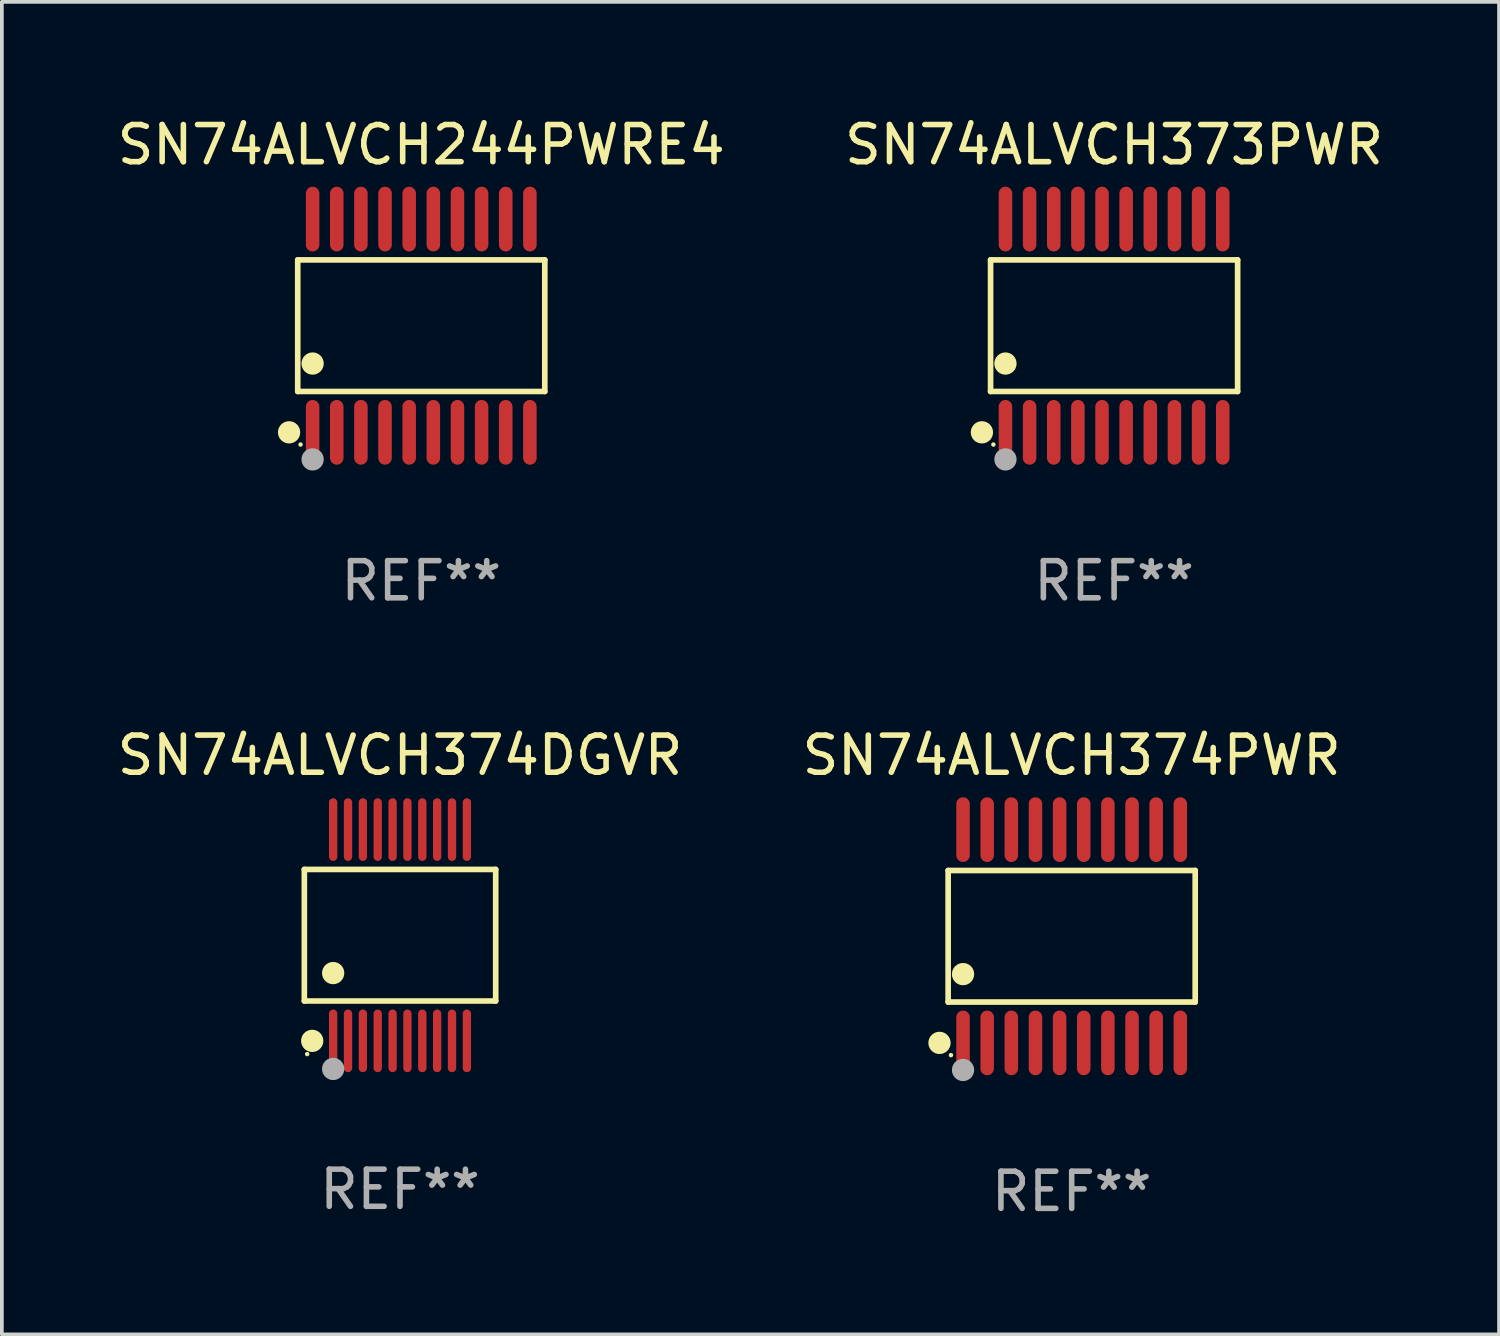
<source format=kicad_pcb>
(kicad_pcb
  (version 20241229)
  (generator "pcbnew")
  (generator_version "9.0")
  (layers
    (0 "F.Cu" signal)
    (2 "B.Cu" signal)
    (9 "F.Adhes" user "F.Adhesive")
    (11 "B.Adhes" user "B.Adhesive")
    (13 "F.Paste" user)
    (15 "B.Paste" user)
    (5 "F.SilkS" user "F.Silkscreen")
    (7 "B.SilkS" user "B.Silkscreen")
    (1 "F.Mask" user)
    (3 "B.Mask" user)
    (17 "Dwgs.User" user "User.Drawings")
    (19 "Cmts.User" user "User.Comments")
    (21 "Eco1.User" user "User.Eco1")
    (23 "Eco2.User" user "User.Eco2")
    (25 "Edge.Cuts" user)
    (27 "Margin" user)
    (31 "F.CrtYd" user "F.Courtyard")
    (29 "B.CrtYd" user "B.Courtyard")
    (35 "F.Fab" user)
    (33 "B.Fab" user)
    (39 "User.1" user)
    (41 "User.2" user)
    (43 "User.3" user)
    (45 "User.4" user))
  (footprint "SN74ALVCH244PWRE4"
    (layer "F.Cu")
    (at 8.292 5.719)
    (property "Reference" "SN74ALVCH244PWRE4" (at 0 -4.871 0) (layer "F.SilkS") (effects (font (size 1 1) (thickness 0.15))))
    (attr through_hole)
    (fp_line (start -3.326 -1.771) (end 3.326 -1.771) (stroke (width 0.152) (type solid)) (layer "F.SilkS"))
    (fp_line (start -3.326 1.771) (end -3.326 -1.771) (stroke (width 0.152) (type solid)) (layer "F.SilkS"))
    (fp_line (start 3.326 -1.771) (end 3.326 1.771) (stroke (width 0.152) (type solid)) (layer "F.SilkS"))
    (fp_line (start 3.326 1.771) (end -3.326 1.771) (stroke (width 0.152) (type solid)) (layer "F.SilkS"))
    (fp_circle (center -3.559 2.871) (end -3.409 2.871) (stroke (width 0.3) (type solid)) (fill no) (layer "F.SilkS"))
    (fp_circle (center -3.25 3.2) (end -3.22 3.2) (stroke (width 0.06) (type solid)) (fill no) (layer "F.SilkS"))
    (fp_circle (center -2.925 1.019) (end -2.775 1.019) (stroke (width 0.3) (type solid)) (fill no) (layer "F.SilkS"))
    (fp_circle (center -2.925 3.6) (end -2.775 3.6) (stroke (width 0.3) (type solid)) (fill no) (layer "F.Fab"))
    (fp_text user "REF**" (at 0 6.871 0) (layer "F.Fab") (effects (font (size 1 1) (thickness 0.15))))
    (pad "1" smd oval (at -2.925 2.871) (size 0.364 1.742) (layers "F.Cu" "F.Mask" "F.Paste"))
    (pad "2" smd oval (at -2.275 2.871) (size 0.364 1.742) (layers "F.Cu" "F.Mask" "F.Paste"))
    (pad "3" smd oval (at -1.625 2.871) (size 0.364 1.742) (layers "F.Cu" "F.Mask" "F.Paste"))
    (pad "4" smd oval (at -0.975 2.871) (size 0.364 1.742) (layers "F.Cu" "F.Mask" "F.Paste"))
    (pad "5" smd oval (at -0.325 2.871) (size 0.364 1.742) (layers "F.Cu" "F.Mask" "F.Paste"))
    (pad "6" smd oval (at 0.325 2.871) (size 0.364 1.742) (layers "F.Cu" "F.Mask" "F.Paste"))
    (pad "7" smd oval (at 0.975 2.871) (size 0.364 1.742) (layers "F.Cu" "F.Mask" "F.Paste"))
    (pad "8" smd oval (at 1.625 2.871) (size 0.364 1.742) (layers "F.Cu" "F.Mask" "F.Paste"))
    (pad "9" smd oval (at 2.275 2.871) (size 0.364 1.742) (layers "F.Cu" "F.Mask" "F.Paste"))
    (pad "10" smd oval (at 2.925 2.871) (size 0.364 1.742) (layers "F.Cu" "F.Mask" "F.Paste"))
    (pad "11" smd oval (at 2.925 -2.871) (size 0.364 1.742) (layers "F.Cu" "F.Mask" "F.Paste"))
    (pad "12" smd oval (at 2.275 -2.871) (size 0.364 1.742) (layers "F.Cu" "F.Mask" "F.Paste"))
    (pad "13" smd oval (at 1.625 -2.871) (size 0.364 1.742) (layers "F.Cu" "F.Mask" "F.Paste"))
    (pad "14" smd oval (at 0.975 -2.871) (size 0.364 1.742) (layers "F.Cu" "F.Mask" "F.Paste"))
    (pad "15" smd oval (at 0.325 -2.871) (size 0.364 1.742) (layers "F.Cu" "F.Mask" "F.Paste"))
    (pad "16" smd oval (at -0.325 -2.871) (size 0.364 1.742) (layers "F.Cu" "F.Mask" "F.Paste"))
    (pad "17" smd oval (at -0.975 -2.871) (size 0.364 1.742) (layers "F.Cu" "F.Mask" "F.Paste"))
    (pad "18" smd oval (at -1.625 -2.871) (size 0.364 1.742) (layers "F.Cu" "F.Mask" "F.Paste"))
    (pad "19" smd oval (at -2.275 -2.871) (size 0.364 1.742) (layers "F.Cu" "F.Mask" "F.Paste"))
    (pad "20" smd oval (at -2.925 -2.871) (size 0.364 1.742) (layers "F.Cu" "F.Mask" "F.Paste")))
  (footprint "SN74ALVCH374PWR"
    (layer "F.Cu")
    (at 25.804 22.158)
    (property "Reference" "SN74ALVCH374PWR" (at 0 -4.871 0) (layer "F.SilkS") (effects (font (size 1 1) (thickness 0.15))))
    (attr through_hole)
    (fp_line (start -3.326 -1.771) (end 3.326 -1.771) (stroke (width 0.152) (type solid)) (layer "F.SilkS"))
    (fp_line (start -3.326 1.771) (end -3.326 -1.771) (stroke (width 0.152) (type solid)) (layer "F.SilkS"))
    (fp_line (start 3.326 -1.771) (end 3.326 1.771) (stroke (width 0.152) (type solid)) (layer "F.SilkS"))
    (fp_line (start 3.326 1.771) (end -3.326 1.771) (stroke (width 0.152) (type solid)) (layer "F.SilkS"))
    (fp_circle (center -3.559 2.871) (end -3.409 2.871) (stroke (width 0.3) (type solid)) (fill no) (layer "F.SilkS"))
    (fp_circle (center -3.25 3.2) (end -3.22 3.2) (stroke (width 0.06) (type solid)) (fill no) (layer "F.SilkS"))
    (fp_circle (center -2.925 1.019) (end -2.775 1.019) (stroke (width 0.3) (type solid)) (fill no) (layer "F.SilkS"))
    (fp_circle (center -2.925 3.6) (end -2.775 3.6) (stroke (width 0.3) (type solid)) (fill no) (layer "F.Fab"))
    (fp_text user "REF**" (at 0 6.871 0) (layer "F.Fab") (effects (font (size 1 1) (thickness 0.15))))
    (pad "1" smd oval (at -2.925 2.871) (size 0.364 1.742) (layers "F.Cu" "F.Mask" "F.Paste"))
    (pad "2" smd oval (at -2.275 2.871) (size 0.364 1.742) (layers "F.Cu" "F.Mask" "F.Paste"))
    (pad "3" smd oval (at -1.625 2.871) (size 0.364 1.742) (layers "F.Cu" "F.Mask" "F.Paste"))
    (pad "4" smd oval (at -0.975 2.871) (size 0.364 1.742) (layers "F.Cu" "F.Mask" "F.Paste"))
    (pad "5" smd oval (at -0.325 2.871) (size 0.364 1.742) (layers "F.Cu" "F.Mask" "F.Paste"))
    (pad "6" smd oval (at 0.325 2.871) (size 0.364 1.742) (layers "F.Cu" "F.Mask" "F.Paste"))
    (pad "7" smd oval (at 0.975 2.871) (size 0.364 1.742) (layers "F.Cu" "F.Mask" "F.Paste"))
    (pad "8" smd oval (at 1.625 2.871) (size 0.364 1.742) (layers "F.Cu" "F.Mask" "F.Paste"))
    (pad "9" smd oval (at 2.275 2.871) (size 0.364 1.742) (layers "F.Cu" "F.Mask" "F.Paste"))
    (pad "10" smd oval (at 2.925 2.871) (size 0.364 1.742) (layers "F.Cu" "F.Mask" "F.Paste"))
    (pad "11" smd oval (at 2.925 -2.871) (size 0.364 1.742) (layers "F.Cu" "F.Mask" "F.Paste"))
    (pad "12" smd oval (at 2.275 -2.871) (size 0.364 1.742) (layers "F.Cu" "F.Mask" "F.Paste"))
    (pad "13" smd oval (at 1.625 -2.871) (size 0.364 1.742) (layers "F.Cu" "F.Mask" "F.Paste"))
    (pad "14" smd oval (at 0.975 -2.871) (size 0.364 1.742) (layers "F.Cu" "F.Mask" "F.Paste"))
    (pad "15" smd oval (at 0.325 -2.871) (size 0.364 1.742) (layers "F.Cu" "F.Mask" "F.Paste"))
    (pad "16" smd oval (at -0.325 -2.871) (size 0.364 1.742) (layers "F.Cu" "F.Mask" "F.Paste"))
    (pad "17" smd oval (at -0.975 -2.871) (size 0.364 1.742) (layers "F.Cu" "F.Mask" "F.Paste"))
    (pad "18" smd oval (at -1.625 -2.871) (size 0.364 1.742) (layers "F.Cu" "F.Mask" "F.Paste"))
    (pad "19" smd oval (at -2.275 -2.871) (size 0.364 1.742) (layers "F.Cu" "F.Mask" "F.Paste"))
    (pad "20" smd oval (at -2.925 -2.871) (size 0.364 1.742) (layers "F.Cu" "F.Mask" "F.Paste")))
  (footprint "SN74ALVCH373PWR"
    (layer "F.Cu")
    (at 26.946 5.719)
    (property "Reference" "SN74ALVCH373PWR" (at 0 -4.871 0) (layer "F.SilkS") (effects (font (size 1 1) (thickness 0.15))))
    (attr through_hole)
    (fp_line (start -3.326 -1.771) (end 3.326 -1.771) (stroke (width 0.152) (type solid)) (layer "F.SilkS"))
    (fp_line (start -3.326 1.771) (end -3.326 -1.771) (stroke (width 0.152) (type solid)) (layer "F.SilkS"))
    (fp_line (start 3.326 -1.771) (end 3.326 1.771) (stroke (width 0.152) (type solid)) (layer "F.SilkS"))
    (fp_line (start 3.326 1.771) (end -3.326 1.771) (stroke (width 0.152) (type solid)) (layer "F.SilkS"))
    (fp_circle (center -3.559 2.871) (end -3.409 2.871) (stroke (width 0.3) (type solid)) (fill no) (layer "F.SilkS"))
    (fp_circle (center -3.25 3.2) (end -3.22 3.2) (stroke (width 0.06) (type solid)) (fill no) (layer "F.SilkS"))
    (fp_circle (center -2.925 1.019) (end -2.775 1.019) (stroke (width 0.3) (type solid)) (fill no) (layer "F.SilkS"))
    (fp_circle (center -2.925 3.6) (end -2.775 3.6) (stroke (width 0.3) (type solid)) (fill no) (layer "F.Fab"))
    (fp_text user "REF**" (at 0 6.871 0) (layer "F.Fab") (effects (font (size 1 1) (thickness 0.15))))
    (pad "1" smd oval (at -2.925 2.871) (size 0.364 1.742) (layers "F.Cu" "F.Mask" "F.Paste"))
    (pad "2" smd oval (at -2.275 2.871) (size 0.364 1.742) (layers "F.Cu" "F.Mask" "F.Paste"))
    (pad "3" smd oval (at -1.625 2.871) (size 0.364 1.742) (layers "F.Cu" "F.Mask" "F.Paste"))
    (pad "4" smd oval (at -0.975 2.871) (size 0.364 1.742) (layers "F.Cu" "F.Mask" "F.Paste"))
    (pad "5" smd oval (at -0.325 2.871) (size 0.364 1.742) (layers "F.Cu" "F.Mask" "F.Paste"))
    (pad "6" smd oval (at 0.325 2.871) (size 0.364 1.742) (layers "F.Cu" "F.Mask" "F.Paste"))
    (pad "7" smd oval (at 0.975 2.871) (size 0.364 1.742) (layers "F.Cu" "F.Mask" "F.Paste"))
    (pad "8" smd oval (at 1.625 2.871) (size 0.364 1.742) (layers "F.Cu" "F.Mask" "F.Paste"))
    (pad "9" smd oval (at 2.275 2.871) (size 0.364 1.742) (layers "F.Cu" "F.Mask" "F.Paste"))
    (pad "10" smd oval (at 2.925 2.871) (size 0.364 1.742) (layers "F.Cu" "F.Mask" "F.Paste"))
    (pad "11" smd oval (at 2.925 -2.871) (size 0.364 1.742) (layers "F.Cu" "F.Mask" "F.Paste"))
    (pad "12" smd oval (at 2.275 -2.871) (size 0.364 1.742) (layers "F.Cu" "F.Mask" "F.Paste"))
    (pad "13" smd oval (at 1.625 -2.871) (size 0.364 1.742) (layers "F.Cu" "F.Mask" "F.Paste"))
    (pad "14" smd oval (at 0.975 -2.871) (size 0.364 1.742) (layers "F.Cu" "F.Mask" "F.Paste"))
    (pad "15" smd oval (at 0.325 -2.871) (size 0.364 1.742) (layers "F.Cu" "F.Mask" "F.Paste"))
    (pad "16" smd oval (at -0.325 -2.871) (size 0.364 1.742) (layers "F.Cu" "F.Mask" "F.Paste"))
    (pad "17" smd oval (at -0.975 -2.871) (size 0.364 1.742) (layers "F.Cu" "F.Mask" "F.Paste"))
    (pad "18" smd oval (at -1.625 -2.871) (size 0.364 1.742) (layers "F.Cu" "F.Mask" "F.Paste"))
    (pad "19" smd oval (at -2.275 -2.871) (size 0.364 1.742) (layers "F.Cu" "F.Mask" "F.Paste"))
    (pad "20" smd oval (at -2.925 -2.871) (size 0.364 1.742) (layers "F.Cu" "F.Mask" "F.Paste")))
  (footprint "SN74ALVCH374DGVR"
    (layer "F.Cu")
    (at 7.72 22.13)
    (property "Reference" "SN74ALVCH374DGVR" (at 0 -4.844 0) (layer "F.SilkS") (effects (font (size 1 1) (thickness 0.15))))
    (attr through_hole)
    (fp_line (start -2.576 -1.771) (end 2.576 -1.771) (stroke (width 0.152) (type solid)) (layer "F.SilkS"))
    (fp_line (start -2.576 1.771) (end -2.576 -1.771) (stroke (width 0.152) (type solid)) (layer "F.SilkS"))
    (fp_line (start 2.576 -1.771) (end 2.576 1.771) (stroke (width 0.152) (type solid)) (layer "F.SilkS"))
    (fp_line (start 2.576 1.771) (end -2.576 1.771) (stroke (width 0.152) (type solid)) (layer "F.SilkS"))
    (fp_circle (center -2.5 3.2) (end -2.47 3.2) (stroke (width 0.06) (type solid)) (fill no) (layer "F.SilkS"))
    (fp_circle (center -2.364 2.844) (end -2.214 2.844) (stroke (width 0.3) (type solid)) (fill no) (layer "F.SilkS"))
    (fp_circle (center -1.8 1.019) (end -1.65 1.019) (stroke (width 0.3) (type solid)) (fill no) (layer "F.SilkS"))
    (fp_circle (center -1.8 3.6) (end -1.65 3.6) (stroke (width 0.3) (type solid)) (fill no) (layer "F.Fab"))
    (fp_text user "REF**" (at 0 6.844 0) (layer "F.Fab") (effects (font (size 1 1) (thickness 0.15))))
    (pad "1" smd oval (at -1.8 2.844) (size 0.224 1.687) (layers "F.Cu" "F.Mask" "F.Paste"))
    (pad "2" smd oval (at -1.4 2.844) (size 0.224 1.687) (layers "F.Cu" "F.Mask" "F.Paste"))
    (pad "3" smd oval (at -1 2.844) (size 0.224 1.687) (layers "F.Cu" "F.Mask" "F.Paste"))
    (pad "4" smd oval (at -0.6 2.844) (size 0.224 1.687) (layers "F.Cu" "F.Mask" "F.Paste"))
    (pad "5" smd oval (at -0.2 2.844) (size 0.224 1.687) (layers "F.Cu" "F.Mask" "F.Paste"))
    (pad "6" smd oval (at 0.2 2.844) (size 0.224 1.687) (layers "F.Cu" "F.Mask" "F.Paste"))
    (pad "7" smd oval (at 0.6 2.844) (size 0.224 1.687) (layers "F.Cu" "F.Mask" "F.Paste"))
    (pad "8" smd oval (at 1 2.844) (size 0.224 1.687) (layers "F.Cu" "F.Mask" "F.Paste"))
    (pad "9" smd oval (at 1.4 2.844) (size 0.224 1.687) (layers "F.Cu" "F.Mask" "F.Paste"))
    (pad "10" smd oval (at 1.8 2.844) (size 0.224 1.687) (layers "F.Cu" "F.Mask" "F.Paste"))
    (pad "11" smd oval (at 1.8 -2.844) (size 0.224 1.687) (layers "F.Cu" "F.Mask" "F.Paste"))
    (pad "12" smd oval (at 1.4 -2.844) (size 0.224 1.687) (layers "F.Cu" "F.Mask" "F.Paste"))
    (pad "13" smd oval (at 1 -2.844) (size 0.224 1.687) (layers "F.Cu" "F.Mask" "F.Paste"))
    (pad "14" smd oval (at 0.6 -2.844) (size 0.224 1.687) (layers "F.Cu" "F.Mask" "F.Paste"))
    (pad "15" smd oval (at 0.2 -2.844) (size 0.224 1.687) (layers "F.Cu" "F.Mask" "F.Paste"))
    (pad "16" smd oval (at -0.2 -2.844) (size 0.224 1.687) (layers "F.Cu" "F.Mask" "F.Paste"))
    (pad "17" smd oval (at -0.6 -2.844) (size 0.224 1.687) (layers "F.Cu" "F.Mask" "F.Paste"))
    (pad "18" smd oval (at -1 -2.844) (size 0.224 1.687) (layers "F.Cu" "F.Mask" "F.Paste"))
    (pad "19" smd oval (at -1.4 -2.844) (size 0.224 1.687) (layers "F.Cu" "F.Mask" "F.Paste"))
    (pad "20" smd oval (at -1.8 -2.844) (size 0.224 1.687) (layers "F.Cu" "F.Mask" "F.Paste")))
  (gr_rect
    (start -3 -3)
    (end 37.31 32.877)
    (stroke (width 0.1) (type default))
    (fill no)
    (layer "Edge.Cuts")))
</source>
